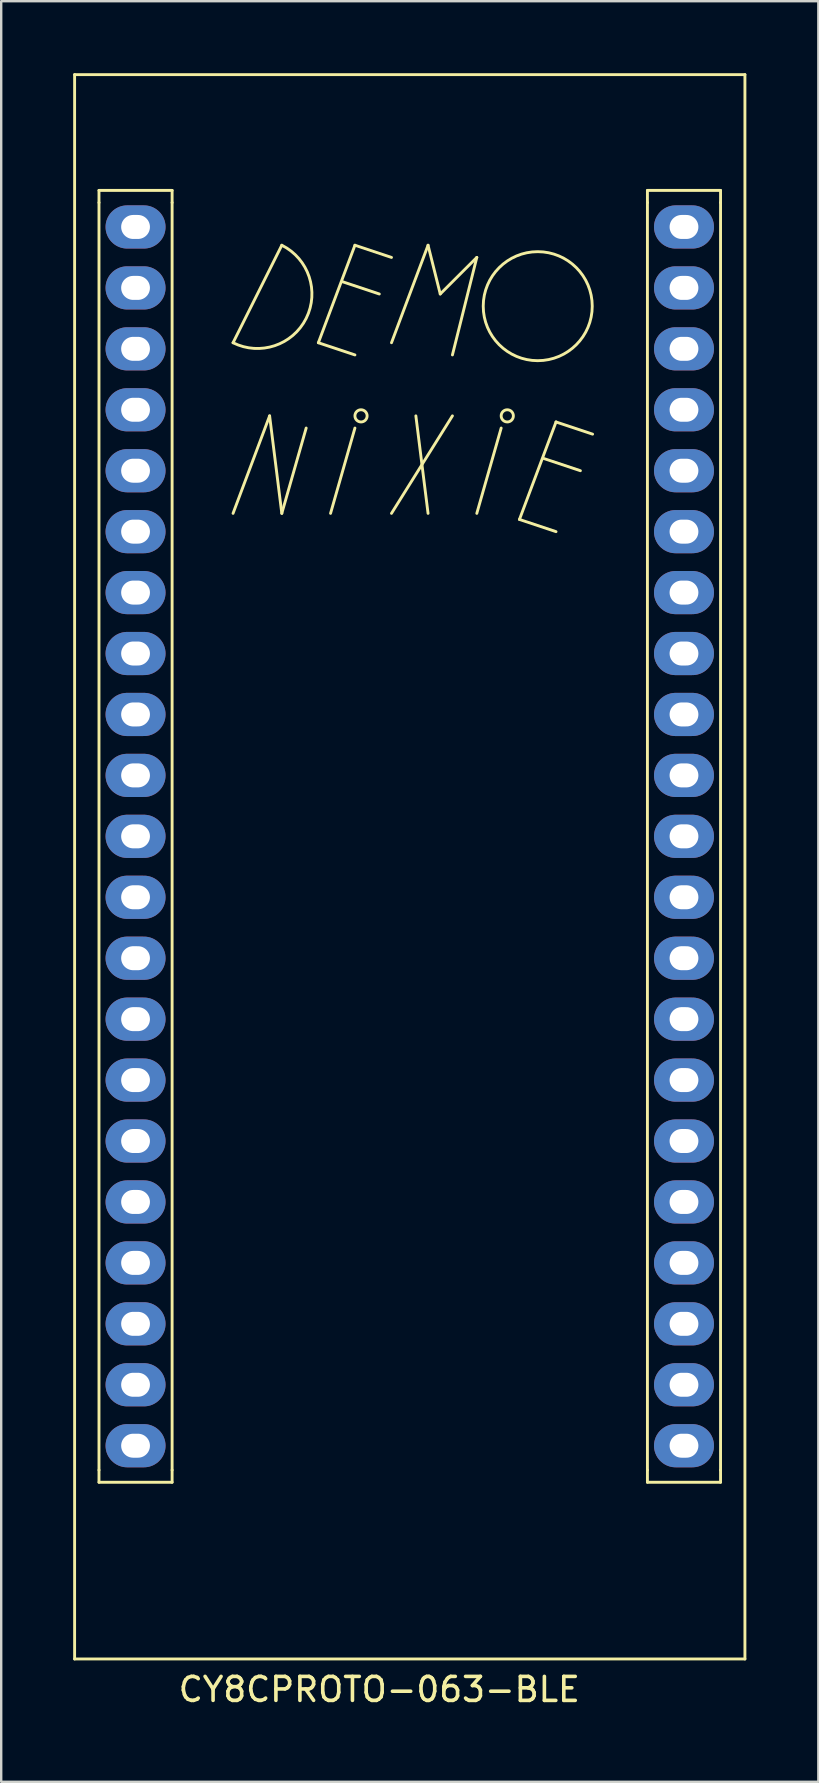
<source format=kicad_pcb>
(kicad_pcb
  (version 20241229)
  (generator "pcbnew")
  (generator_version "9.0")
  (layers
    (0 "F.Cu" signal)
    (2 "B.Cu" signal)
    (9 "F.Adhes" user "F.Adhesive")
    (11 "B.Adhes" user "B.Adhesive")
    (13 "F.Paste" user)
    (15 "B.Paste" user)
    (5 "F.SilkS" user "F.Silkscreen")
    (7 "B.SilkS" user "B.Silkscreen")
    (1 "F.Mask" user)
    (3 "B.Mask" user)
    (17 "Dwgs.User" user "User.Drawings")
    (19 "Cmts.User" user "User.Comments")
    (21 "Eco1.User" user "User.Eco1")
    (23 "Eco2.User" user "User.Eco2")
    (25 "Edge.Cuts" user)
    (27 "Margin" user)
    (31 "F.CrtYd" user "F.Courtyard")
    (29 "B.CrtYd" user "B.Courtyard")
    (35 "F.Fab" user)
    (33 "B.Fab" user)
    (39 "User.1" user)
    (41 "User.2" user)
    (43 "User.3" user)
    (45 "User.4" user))
  (footprint "CY8CPROTO-063-BLE"
    (layer "F.Cu")
    (at 25.46 57.21)
    (property "Reference" "CY8CPROTO-063-BLE" (at -12.7 10.16 0) (layer "F.SilkS") (effects (font (size 1 1) (thickness 0.15))))
    (attr through_hole)
    (fp_line (start -25.4 -57.15) (end -25.4 8.89) (stroke (width 0.12) (type solid)) (layer "F.SilkS"))
    (fp_line (start -25.4 8.89) (end 2.54 8.89) (stroke (width 0.12) (type solid)) (layer "F.SilkS"))
    (fp_line (start -24.384 -52.324) (end -24.384 -51.816) (stroke (width 0.12) (type solid)) (layer "F.SilkS"))
    (fp_line (start -24.384 -51.816) (end -24.384 1.016) (stroke (width 0.12) (type solid)) (layer "F.SilkS"))
    (fp_line (start -24.384 1.016) (end -24.384 1.524) (stroke (width 0.12) (type solid)) (layer "F.SilkS"))
    (fp_line (start -24.384 1.524) (end -21.336 1.524) (stroke (width 0.12) (type solid)) (layer "F.SilkS"))
    (fp_line (start -21.336 -52.324) (end -24.384 -52.324) (stroke (width 0.12) (type solid)) (layer "F.SilkS"))
    (fp_line (start -21.336 -52.324) (end -21.336 -51.816) (stroke (width 0.12) (type solid)) (layer "F.SilkS"))
    (fp_line (start -21.336 1.016) (end -21.336 -51.816) (stroke (width 0.12) (type solid)) (layer "F.SilkS"))
    (fp_line (start -21.336 1.016) (end -21.336 1.524) (stroke (width 0.12) (type solid)) (layer "F.SilkS"))
    (fp_line (start -18.796 -38.862) (end -17.272 -42.926) (stroke (width 0.12) (type solid)) (layer "F.SilkS"))
    (fp_line (start -17.272 -42.926) (end -16.764 -38.862) (stroke (width 0.12) (type solid)) (layer "F.SilkS"))
    (fp_line (start -16.764 -50.038) (end -18.796 -45.974) (stroke (width 0.12) (type solid)) (layer "F.SilkS"))
    (fp_line (start -16.764 -38.862) (end -15.748 -42.418) (stroke (width 0.12) (type solid)) (layer "F.SilkS"))
    (fp_line (start -15.24 -45.974) (end -13.716 -50.038) (stroke (width 0.12) (type solid)) (layer "F.SilkS"))
    (fp_line (start -15.24 -45.974) (end -13.716 -45.466) (stroke (width 0.12) (type solid)) (layer "F.SilkS"))
    (fp_line (start -14.224 -48.514) (end -12.7 -48.006) (stroke (width 0.12) (type solid)) (layer "F.SilkS"))
    (fp_line (start -13.716 -50.038) (end -12.192 -49.53) (stroke (width 0.12) (type solid)) (layer "F.SilkS"))
    (fp_line (start -13.716 -42.418) (end -14.732 -38.862) (stroke (width 0.12) (type solid)) (layer "F.SilkS"))
    (fp_line (start -12.192 -45.974) (end -10.668 -50.038) (stroke (width 0.12) (type solid)) (layer "F.SilkS"))
    (fp_line (start -12.192 -38.862) (end -9.652 -42.926) (stroke (width 0.12) (type solid)) (layer "F.SilkS"))
    (fp_line (start -11.176 -42.926) (end -10.668 -38.862) (stroke (width 0.12) (type solid)) (layer "F.SilkS"))
    (fp_line (start -10.668 -50.038) (end -10.16 -48.006) (stroke (width 0.12) (type solid)) (layer "F.SilkS"))
    (fp_line (start -10.16 -48.006) (end -8.636 -49.53) (stroke (width 0.12) (type solid)) (layer "F.SilkS"))
    (fp_line (start -8.636 -49.53) (end -9.652 -45.466) (stroke (width 0.12) (type solid)) (layer "F.SilkS"))
    (fp_line (start -8.636 -38.862) (end -7.62 -42.418) (stroke (width 0.12) (type solid)) (layer "F.SilkS"))
    (fp_line (start -6.858 -38.608) (end -5.334 -42.672) (stroke (width 0.12) (type solid)) (layer "F.SilkS"))
    (fp_line (start -6.858 -38.608) (end -5.334 -38.1) (stroke (width 0.12) (type solid)) (layer "F.SilkS"))
    (fp_line (start -5.842 -41.148) (end -4.318 -40.64) (stroke (width 0.12) (type solid)) (layer "F.SilkS"))
    (fp_line (start -5.334 -42.672) (end -3.81 -42.164) (stroke (width 0.12) (type solid)) (layer "F.SilkS"))
    (fp_line (start -1.524 -51.816) (end -1.524 -52.324) (stroke (width 0.12) (type solid)) (layer "F.SilkS"))
    (fp_line (start -1.524 -51.816) (end -1.524 1.016) (stroke (width 0.12) (type solid)) (layer "F.SilkS"))
    (fp_line (start -1.524 1.016) (end -1.524 1.524) (stroke (width 0.12) (type solid)) (layer "F.SilkS"))
    (fp_line (start -1.524 1.524) (end 1.524 1.524) (stroke (width 0.12) (type solid)) (layer "F.SilkS"))
    (fp_line (start 1.524 -52.324) (end -1.524 -52.324) (stroke (width 0.12) (type solid)) (layer "F.SilkS"))
    (fp_line (start 1.524 -52.324) (end 1.524 -51.816) (stroke (width 0.12) (type solid)) (layer "F.SilkS"))
    (fp_line (start 1.524 1.016) (end 1.524 -51.816) (stroke (width 0.12) (type solid)) (layer "F.SilkS"))
    (fp_line (start 1.524 1.016) (end 1.524 1.524) (stroke (width 0.12) (type solid)) (layer "F.SilkS"))
    (fp_line (start 2.54 -57.15) (end -25.4 -57.15) (stroke (width 0.12) (type solid)) (layer "F.SilkS"))
    (fp_line (start 2.54 8.89) (end 2.54 -57.15) (stroke (width 0.12) (type solid)) (layer "F.SilkS"))
    (fp_arc (start -16.764001 -50.037999) (mid -15.748001 -46.990001) (end -18.795999 -45.974001) (stroke (width 0.12) (type solid)) (layer "F.SilkS"))
    (fp_circle (center -13.462 -42.926) (end -13.716 -42.926) (stroke (width 0.12) (type solid)) (fill no) (layer "F.SilkS"))
    (fp_circle (center -7.366 -42.926) (end -7.112 -42.926) (stroke (width 0.12) (type solid)) (fill no) (layer "F.SilkS"))
    (fp_circle (center -6.096 -47.498) (end -7.112 -45.466) (stroke (width 0.12) (type solid)) (fill no) (layer "F.SilkS"))
    (pad "1" thru_hole oval (at 0 0) (size 2.5 1.8) (drill oval 1.2 1) (layers "*.Cu" "*.Mask"))
    (pad "2" thru_hole oval (at 0 -2.54) (size 2.5 1.8) (drill oval 1.2 1) (layers "*.Cu" "*.Mask"))
    (pad "3" thru_hole oval (at 0 -5.08) (size 2.5 1.8) (drill oval 1.2 1) (layers "*.Cu" "*.Mask"))
    (pad "4" thru_hole oval (at 0 -7.62) (size 2.5 1.8) (drill oval 1.2 1) (layers "*.Cu" "*.Mask"))
    (pad "5" thru_hole oval (at 0 -10.16) (size 2.5 1.8) (drill oval 1.2 1) (layers "*.Cu" "*.Mask"))
    (pad "6" thru_hole oval (at 0 -12.7) (size 2.5 1.8) (drill oval 1.2 1) (layers "*.Cu" "*.Mask"))
    (pad "7" thru_hole oval (at 0 -15.24) (size 2.5 1.8) (drill oval 1.2 1) (layers "*.Cu" "*.Mask"))
    (pad "8" thru_hole oval (at 0 -17.78) (size 2.5 1.8) (drill oval 1.2 1) (layers "*.Cu" "*.Mask"))
    (pad "9" thru_hole oval (at 0 -20.32) (size 2.5 1.8) (drill oval 1.2 1) (layers "*.Cu" "*.Mask"))
    (pad "10" thru_hole oval (at 0 -22.86) (size 2.5 1.8) (drill oval 1.2 1) (layers "*.Cu" "*.Mask"))
    (pad "11" thru_hole oval (at 0 -25.4) (size 2.5 1.8) (drill oval 1.2 1) (layers "*.Cu" "*.Mask"))
    (pad "12" thru_hole oval (at 0 -27.94) (size 2.5 1.8) (drill oval 1.2 1) (layers "*.Cu" "*.Mask"))
    (pad "13" thru_hole oval (at 0 -30.48) (size 2.5 1.8) (drill oval 1.2 1) (layers "*.Cu" "*.Mask"))
    (pad "14" thru_hole oval (at 0 -33.02) (size 2.5 1.8) (drill oval 1.2 1) (layers "*.Cu" "*.Mask"))
    (pad "15" thru_hole oval (at 0 -35.56) (size 2.5 1.8) (drill oval 1.2 1) (layers "*.Cu" "*.Mask"))
    (pad "16" thru_hole oval (at 0 -38.1) (size 2.5 1.8) (drill oval 1.2 1) (layers "*.Cu" "*.Mask"))
    (pad "17" thru_hole oval (at 0 -40.64) (size 2.5 1.8) (drill oval 1.2 1) (layers "*.Cu" "*.Mask"))
    (pad "18" thru_hole oval (at 0 -43.18) (size 2.5 1.8) (drill oval 1.2 1) (layers "*.Cu" "*.Mask"))
    (pad "19" thru_hole oval (at 0 -45.72) (size 2.5 1.8) (drill oval 1.2 1) (layers "*.Cu" "*.Mask"))
    (pad "20" thru_hole oval (at 0 -48.26) (size 2.5 1.8) (drill oval 1.2 1) (layers "*.Cu" "*.Mask"))
    (pad "21" thru_hole oval (at 0 -50.8) (size 2.5 1.8) (drill oval 1.2 1) (layers "*.Cu" "*.Mask"))
    (pad "22" thru_hole oval (at -22.86 0) (size 2.5 1.8) (drill oval 1.2 1) (layers "*.Cu" "*.Mask"))
    (pad "23" thru_hole oval (at -22.86 -2.54) (size 2.5 1.8) (drill oval 1.2 1) (layers "*.Cu" "*.Mask"))
    (pad "24" thru_hole oval (at -22.86 -5.08) (size 2.5 1.8) (drill oval 1.2 1) (layers "*.Cu" "*.Mask"))
    (pad "25" thru_hole oval (at -22.86 -7.62) (size 2.5 1.8) (drill oval 1.2 1) (layers "*.Cu" "*.Mask"))
    (pad "26" thru_hole oval (at -22.86 -10.16) (size 2.5 1.8) (drill oval 1.2 1) (layers "*.Cu" "*.Mask"))
    (pad "27" thru_hole oval (at -22.86 -12.7) (size 2.5 1.8) (drill oval 1.2 1) (layers "*.Cu" "*.Mask"))
    (pad "28" thru_hole oval (at -22.86 -15.24) (size 2.5 1.8) (drill oval 1.2 1) (layers "*.Cu" "*.Mask"))
    (pad "29" thru_hole oval (at -22.86 -17.78) (size 2.5 1.8) (drill oval 1.2 1) (layers "*.Cu" "*.Mask"))
    (pad "30" thru_hole oval (at -22.86 -20.32) (size 2.5 1.8) (drill oval 1.2 1) (layers "*.Cu" "*.Mask"))
    (pad "31" thru_hole oval (at -22.86 -22.86) (size 2.5 1.8) (drill oval 1.2 1) (layers "*.Cu" "*.Mask"))
    (pad "32" thru_hole oval (at -22.86 -25.4) (size 2.5 1.8) (drill oval 1.2 1) (layers "*.Cu" "*.Mask"))
    (pad "33" thru_hole oval (at -22.86 -27.94) (size 2.5 1.8) (drill oval 1.2 1) (layers "*.Cu" "*.Mask"))
    (pad "34" thru_hole oval (at -22.86 -30.48) (size 2.5 1.8) (drill oval 1.2 1) (layers "*.Cu" "*.Mask"))
    (pad "35" thru_hole oval (at -22.86 -33.02) (size 2.5 1.8) (drill oval 1.2 1) (layers "*.Cu" "*.Mask"))
    (pad "36" thru_hole oval (at -22.86 -35.56) (size 2.5 1.8) (drill oval 1.2 1) (layers "*.Cu" "*.Mask"))
    (pad "37" thru_hole oval (at -22.86 -38.1) (size 2.5 1.8) (drill oval 1.2 1) (layers "*.Cu" "*.Mask"))
    (pad "38" thru_hole oval (at -22.86 -40.64) (size 2.5 1.8) (drill oval 1.2 1) (layers "*.Cu" "*.Mask"))
    (pad "39" thru_hole oval (at -22.86 -43.18) (size 2.5 1.8) (drill oval 1.2 1) (layers "*.Cu" "*.Mask"))
    (pad "40" thru_hole oval (at -22.86 -45.72) (size 2.5 1.8) (drill oval 1.2 1) (layers "*.Cu" "*.Mask"))
    (pad "41" thru_hole oval (at -22.86 -48.26) (size 2.5 1.8) (drill oval 1.2 1) (layers "*.Cu" "*.Mask"))
    (pad "42" thru_hole oval (at -22.86 -50.8) (size 2.5 1.8) (drill oval 1.2 1) (layers "*.Cu" "*.Mask")))
  (gr_rect
    (start -3 -3)
    (end 31.06 71.218)
    (stroke (width 0.1) (type default))
    (fill no)
    (layer "Edge.Cuts")))
</source>
